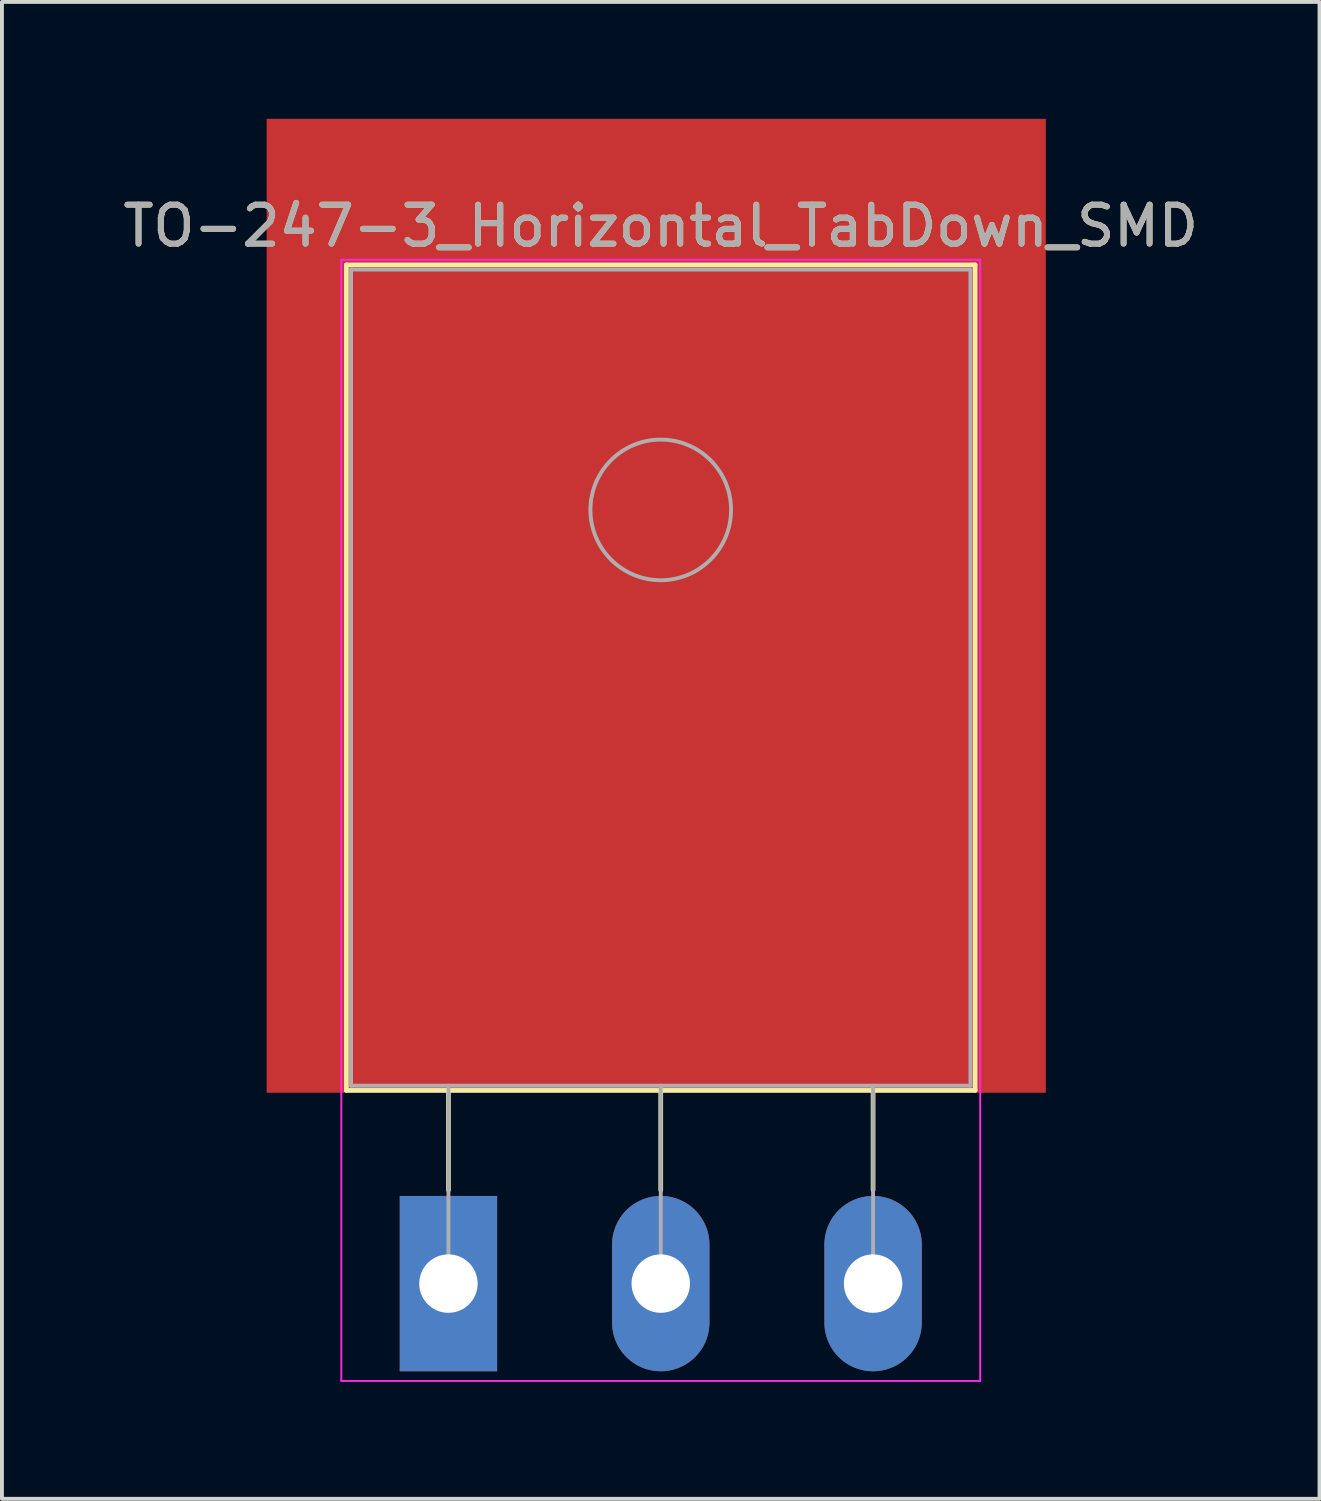
<source format=kicad_pcb>
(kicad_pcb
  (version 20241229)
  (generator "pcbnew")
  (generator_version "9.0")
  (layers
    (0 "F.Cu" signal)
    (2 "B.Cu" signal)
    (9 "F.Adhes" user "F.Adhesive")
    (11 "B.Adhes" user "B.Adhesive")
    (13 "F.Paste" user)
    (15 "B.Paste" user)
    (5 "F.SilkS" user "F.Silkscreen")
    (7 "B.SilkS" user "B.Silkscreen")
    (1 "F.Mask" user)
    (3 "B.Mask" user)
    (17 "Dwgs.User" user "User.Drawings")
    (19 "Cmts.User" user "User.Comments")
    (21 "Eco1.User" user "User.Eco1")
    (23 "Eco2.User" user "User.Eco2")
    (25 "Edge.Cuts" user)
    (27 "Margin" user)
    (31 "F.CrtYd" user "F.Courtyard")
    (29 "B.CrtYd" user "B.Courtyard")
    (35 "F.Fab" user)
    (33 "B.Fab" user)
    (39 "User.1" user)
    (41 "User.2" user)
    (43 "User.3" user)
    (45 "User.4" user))
  (footprint "TO-247-3_Horizontal_TabDown_SMD"
    (layer "F.Cu")
    (at 8.461 29.899)
    (property "Reference" "TO-247-3_Horizontal_TabDown_SMD" (at 5.45 -27.15 0) (layer "F.SilkS") (effects (font (size 1 1) (thickness 0.15))))
    (attr through_hole)
    (fp_line (start -2.62 -26.15) (end -2.62 -4.96) (stroke (width 0.12) (type solid)) (layer "F.SilkS"))
    (fp_line (start -2.62 -26.15) (end 13.52 -26.15) (stroke (width 0.12) (type solid)) (layer "F.SilkS"))
    (fp_line (start -2.62 -4.96) (end 13.52 -4.96) (stroke (width 0.12) (type solid)) (layer "F.SilkS"))
    (fp_line (start 0 -4.96) (end 0 -2.4) (stroke (width 0.12) (type solid)) (layer "F.SilkS"))
    (fp_line (start 5.45 -4.96) (end 5.45 -2.4) (stroke (width 0.12) (type solid)) (layer "F.SilkS"))
    (fp_line (start 10.9 -4.96) (end 10.9 -2.4) (stroke (width 0.12) (type solid)) (layer "F.SilkS"))
    (fp_line (start 13.52 -26.15) (end 13.52 -4.96) (stroke (width 0.12) (type solid)) (layer "F.SilkS"))
    (fp_line (start -2.75 -26.28) (end -2.75 2.5) (stroke (width 0.05) (type solid)) (layer "F.CrtYd"))
    (fp_line (start -2.75 2.5) (end 13.65 2.5) (stroke (width 0.05) (type solid)) (layer "F.CrtYd"))
    (fp_line (start 13.65 -26.28) (end -2.75 -26.28) (stroke (width 0.05) (type solid)) (layer "F.CrtYd"))
    (fp_line (start 13.65 2.5) (end 13.65 -26.28) (stroke (width 0.05) (type solid)) (layer "F.CrtYd"))
    (fp_line (start -2.5 -26.03) (end 13.4 -26.03) (stroke (width 0.1) (type solid)) (layer "F.Fab"))
    (fp_line (start -2.5 -5.08) (end -2.5 -26.03) (stroke (width 0.1) (type solid)) (layer "F.Fab"))
    (fp_line (start 0 -5.08) (end 0 0) (stroke (width 0.1) (type solid)) (layer "F.Fab"))
    (fp_line (start 5.45 -5.08) (end 5.45 0) (stroke (width 0.1) (type solid)) (layer "F.Fab"))
    (fp_line (start 10.9 -5.08) (end 10.9 0) (stroke (width 0.1) (type solid)) (layer "F.Fab"))
    (fp_line (start 13.4 -26.03) (end 13.4 -5.08) (stroke (width 0.1) (type solid)) (layer "F.Fab"))
    (fp_line (start 13.4 -5.08) (end -2.5 -5.08) (stroke (width 0.1) (type solid)) (layer "F.Fab"))
    (fp_circle (center 5.45 -19.86) (end 7.255 -19.86) (stroke (width 0.1) (type solid)) (fill no) (layer "F.Fab"))
    (fp_text user "${REFERENCE}" (at 5.45 -27.15 0) (layer "F.Fab") (effects (font (size 1 1) (thickness 0.15))))
    (pad "" smd rect (at 5.334 -17.399) (size 20 25) (layers "F.Cu" "F.Mask" "F.Paste"))
    (pad "1" thru_hole rect (at 0 0) (size 2.5 4.5) (drill 1.5) (layers "*.Cu" "*.Mask"))
    (pad "2" thru_hole oval (at 5.45 0) (size 2.5 4.5) (drill 1.5) (layers "*.Cu" "*.Mask"))
    (pad "3" thru_hole oval (at 10.9 0) (size 2.5 4.5) (drill 1.5) (layers "*.Cu" "*.Mask")))
  (gr_rect
    (start -3 -3)
    (end 30.821 35.424)
    (stroke (width 0.1) (type default))
    (fill no)
    (layer "Edge.Cuts")))
</source>
